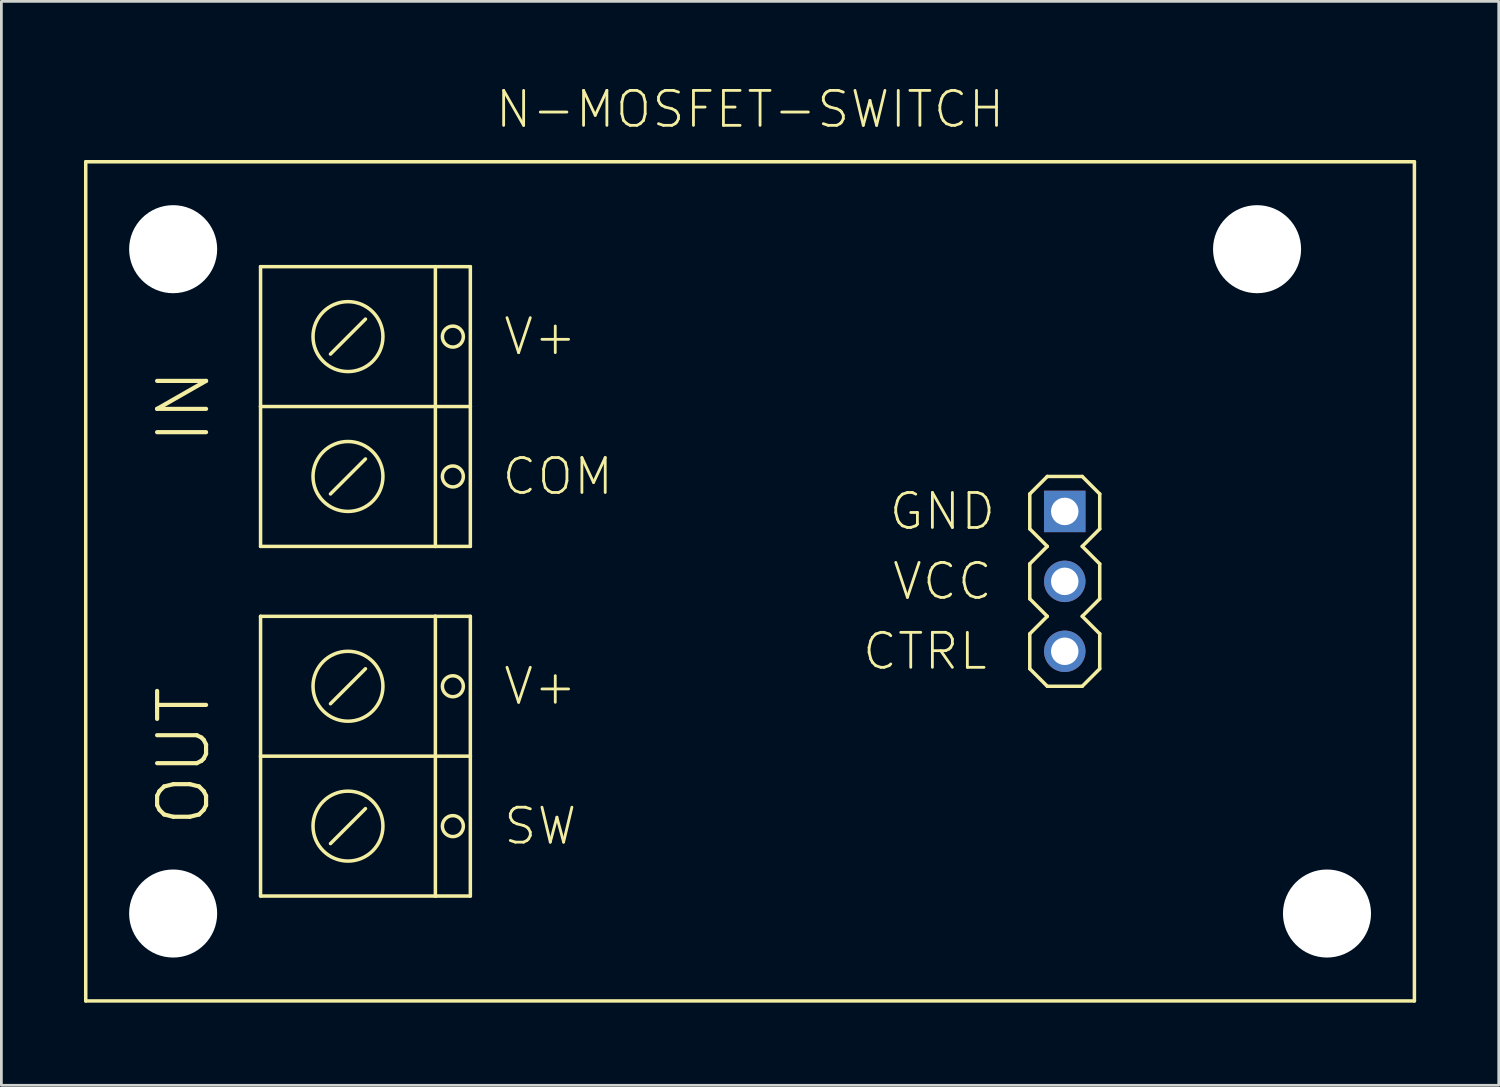
<source format=kicad_pcb>
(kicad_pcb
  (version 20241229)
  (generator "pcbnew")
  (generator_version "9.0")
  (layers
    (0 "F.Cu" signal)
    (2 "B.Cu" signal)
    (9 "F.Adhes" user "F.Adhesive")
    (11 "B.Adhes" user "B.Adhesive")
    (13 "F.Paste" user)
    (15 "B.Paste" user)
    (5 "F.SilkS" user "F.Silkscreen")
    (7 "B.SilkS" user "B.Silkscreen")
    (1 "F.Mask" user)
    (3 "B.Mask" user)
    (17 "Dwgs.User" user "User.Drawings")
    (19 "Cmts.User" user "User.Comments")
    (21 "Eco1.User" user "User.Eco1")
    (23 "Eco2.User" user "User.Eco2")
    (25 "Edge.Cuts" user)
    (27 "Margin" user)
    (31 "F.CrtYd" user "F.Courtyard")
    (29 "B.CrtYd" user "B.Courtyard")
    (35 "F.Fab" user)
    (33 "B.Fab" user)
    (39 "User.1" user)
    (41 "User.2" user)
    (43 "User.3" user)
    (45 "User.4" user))
  (footprint "N-MOSFET-SWITCH"
    (layer "F.Cu")
    (at 24.194 18.066)
    (property "Reference" "N-MOSFET-SWITCH" (at 0 -17.145 0) (layer "F.SilkS") (effects (font (size 1.27 1.27) (thickness 0.102))))
    (attr exclude_from_pos_files exclude_from_bom)
    (fp_line (start -24.13 -15.24) (end 24.13 -15.24) (stroke (width 0.127) (type solid)) (layer "F.SilkS"))
    (fp_line (start -24.13 15.24) (end -24.13 -15.24) (stroke (width 0.127) (type solid)) (layer "F.SilkS"))
    (fp_line (start -17.78 -11.43) (end -11.43 -11.43) (stroke (width 0.127) (type solid)) (layer "F.SilkS"))
    (fp_line (start -17.78 -6.35) (end -17.78 -11.43) (stroke (width 0.127) (type solid)) (layer "F.SilkS"))
    (fp_line (start -17.78 -1.27) (end -17.78 -6.35) (stroke (width 0.127) (type solid)) (layer "F.SilkS"))
    (fp_line (start -17.78 1.27) (end -17.78 6.35) (stroke (width 0.127) (type solid)) (layer "F.SilkS"))
    (fp_line (start -17.78 1.27) (end -11.43 1.27) (stroke (width 0.127) (type solid)) (layer "F.SilkS"))
    (fp_line (start -17.78 6.35) (end -17.78 11.43) (stroke (width 0.127) (type solid)) (layer "F.SilkS"))
    (fp_line (start -17.78 6.35) (end -10.16 6.35) (stroke (width 0.127) (type solid)) (layer "F.SilkS"))
    (fp_line (start -17.78 11.43) (end -11.43 11.43) (stroke (width 0.127) (type solid)) (layer "F.SilkS"))
    (fp_line (start -13.97 -9.525) (end -15.24 -8.255) (stroke (width 0.127) (type solid)) (layer "F.SilkS"))
    (fp_line (start -13.97 -4.445) (end -15.24 -3.175) (stroke (width 0.127) (type solid)) (layer "F.SilkS"))
    (fp_line (start -13.97 3.175) (end -15.24 4.445) (stroke (width 0.127) (type solid)) (layer "F.SilkS"))
    (fp_line (start -13.97 8.255) (end -15.24 9.525) (stroke (width 0.127) (type solid)) (layer "F.SilkS"))
    (fp_line (start -11.43 -11.43) (end -11.43 -1.27) (stroke (width 0.127) (type solid)) (layer "F.SilkS"))
    (fp_line (start -11.43 -11.43) (end -10.16 -11.43) (stroke (width 0.127) (type solid)) (layer "F.SilkS"))
    (fp_line (start -11.43 -1.27) (end -17.78 -1.27) (stroke (width 0.127) (type solid)) (layer "F.SilkS"))
    (fp_line (start -11.43 1.27) (end -11.43 11.43) (stroke (width 0.127) (type solid)) (layer "F.SilkS"))
    (fp_line (start -11.43 1.27) (end -10.16 1.27) (stroke (width 0.127) (type solid)) (layer "F.SilkS"))
    (fp_line (start -11.43 11.43) (end -10.16 11.43) (stroke (width 0.127) (type solid)) (layer "F.SilkS"))
    (fp_line (start -10.16 -11.43) (end -10.16 -6.35) (stroke (width 0.127) (type solid)) (layer "F.SilkS"))
    (fp_line (start -10.16 -6.35) (end -17.78 -6.35) (stroke (width 0.127) (type solid)) (layer "F.SilkS"))
    (fp_line (start -10.16 -6.35) (end -10.16 -1.27) (stroke (width 0.127) (type solid)) (layer "F.SilkS"))
    (fp_line (start -10.16 -1.27) (end -11.43 -1.27) (stroke (width 0.127) (type solid)) (layer "F.SilkS"))
    (fp_line (start -10.16 6.35) (end -10.16 1.27) (stroke (width 0.127) (type solid)) (layer "F.SilkS"))
    (fp_line (start -10.16 11.43) (end -10.16 6.35) (stroke (width 0.127) (type solid)) (layer "F.SilkS"))
    (fp_line (start 10.16 -3.175) (end 10.795 -3.81) (stroke (width 0.127) (type solid)) (layer "F.SilkS"))
    (fp_line (start 10.16 -1.905) (end 10.16 -3.175) (stroke (width 0.127) (type solid)) (layer "F.SilkS"))
    (fp_line (start 10.16 -0.635) (end 10.795 -1.27) (stroke (width 0.127) (type solid)) (layer "F.SilkS"))
    (fp_line (start 10.16 0.635) (end 10.16 -0.635) (stroke (width 0.127) (type solid)) (layer "F.SilkS"))
    (fp_line (start 10.16 1.905) (end 10.795 1.27) (stroke (width 0.127) (type solid)) (layer "F.SilkS"))
    (fp_line (start 10.16 3.175) (end 10.16 1.905) (stroke (width 0.127) (type solid)) (layer "F.SilkS"))
    (fp_line (start 10.795 -3.81) (end 12.065 -3.81) (stroke (width 0.127) (type solid)) (layer "F.SilkS"))
    (fp_line (start 10.795 -1.27) (end 10.16 -1.905) (stroke (width 0.127) (type solid)) (layer "F.SilkS"))
    (fp_line (start 10.795 1.27) (end 10.16 0.635) (stroke (width 0.127) (type solid)) (layer "F.SilkS"))
    (fp_line (start 10.795 3.81) (end 10.16 3.175) (stroke (width 0.127) (type solid)) (layer "F.SilkS"))
    (fp_line (start 10.795 3.81) (end 12.065 3.81) (stroke (width 0.127) (type solid)) (layer "F.SilkS"))
    (fp_line (start 12.065 -3.81) (end 12.7 -3.175) (stroke (width 0.127) (type solid)) (layer "F.SilkS"))
    (fp_line (start 12.065 -1.27) (end 12.7 -0.635) (stroke (width 0.127) (type solid)) (layer "F.SilkS"))
    (fp_line (start 12.065 1.27) (end 12.7 1.905) (stroke (width 0.127) (type solid)) (layer "F.SilkS"))
    (fp_line (start 12.7 -3.175) (end 12.7 -1.905) (stroke (width 0.127) (type solid)) (layer "F.SilkS"))
    (fp_line (start 12.7 -1.905) (end 12.065 -1.27) (stroke (width 0.127) (type solid)) (layer "F.SilkS"))
    (fp_line (start 12.7 -0.635) (end 12.7 0.635) (stroke (width 0.127) (type solid)) (layer "F.SilkS"))
    (fp_line (start 12.7 0.635) (end 12.065 1.27) (stroke (width 0.127) (type solid)) (layer "F.SilkS"))
    (fp_line (start 12.7 1.905) (end 12.7 3.175) (stroke (width 0.127) (type solid)) (layer "F.SilkS"))
    (fp_line (start 12.7 3.175) (end 12.065 3.81) (stroke (width 0.127) (type solid)) (layer "F.SilkS"))
    (fp_line (start 24.13 -15.24) (end 24.13 15.24) (stroke (width 0.127) (type solid)) (layer "F.SilkS"))
    (fp_line (start 24.13 15.24) (end -24.13 15.24) (stroke (width 0.127) (type solid)) (layer "F.SilkS"))
    (fp_circle (center -14.605 -8.89) (end -14.605 -10.16) (stroke (width 0.127) (type solid)) (fill no) (layer "F.SilkS"))
    (fp_circle (center -14.605 -3.81) (end -14.605 -5.08) (stroke (width 0.127) (type solid)) (fill no) (layer "F.SilkS"))
    (fp_circle (center -14.605 3.81) (end -14.605 2.54) (stroke (width 0.127) (type solid)) (fill no) (layer "F.SilkS"))
    (fp_circle (center -14.605 8.89) (end -14.605 7.62) (stroke (width 0.127) (type solid)) (fill no) (layer "F.SilkS"))
    (fp_circle (center -10.795 -8.89) (end -10.795 -9.271) (stroke (width 0.127) (type solid)) (fill no) (layer "F.SilkS"))
    (fp_circle (center -10.795 -3.81) (end -10.795 -4.191) (stroke (width 0.127) (type solid)) (fill no) (layer "F.SilkS"))
    (fp_circle (center -10.795 3.81) (end -10.795 3.429) (stroke (width 0.127) (type solid)) (fill no) (layer "F.SilkS"))
    (fp_circle (center -10.795 8.89) (end -10.795 8.509) (stroke (width 0.127) (type solid)) (fill no) (layer "F.SilkS"))
    (fp_text user "OUT" (at -20.574 6.35 90) (layer "F.SilkS") (effects (font (size 1.778 1.778) (thickness 0.152))))
    (fp_text user "CTRL" (at 6.35 2.54 0) (layer "F.SilkS") (effects (font (size 1.27 1.27) (thickness 0.102))))
    (fp_text user "V+" (at -7.62 -8.89 0) (layer "F.SilkS") (effects (font (size 1.27 1.27) (thickness 0.102))))
    (fp_text user "SW" (at -7.62 8.89 0) (layer "F.SilkS") (effects (font (size 1.27 1.27) (thickness 0.102))))
    (fp_text user "V+" (at -7.62 3.81 0) (layer "F.SilkS") (effects (font (size 1.27 1.27) (thickness 0.102))))
    (fp_text user "GND" (at 6.985 -2.54 0) (layer "F.SilkS") (effects (font (size 1.27 1.27) (thickness 0.102))))
    (fp_text user "COM" (at -6.985 -3.81 0) (layer "F.SilkS") (effects (font (size 1.27 1.27) (thickness 0.102))))
    (fp_text user "IN" (at -20.574 -6.35 90) (layer "F.SilkS") (effects (font (size 1.778 1.778) (thickness 0.152))))
    (fp_text user "VCC" (at 6.985 0 0) (layer "F.SilkS") (effects (font (size 1.27 1.27) (thickness 0.102))))
    (pad "" np_thru_hole circle (at -20.955 -12.065) (size 3.198 3.198) (drill 3.198) (layers "*.Cu" "*.Mask"))
    (pad "" np_thru_hole circle (at -20.955 12.065) (size 3.198 3.198) (drill 3.198) (layers "*.Cu" "*.Mask"))
    (pad "" np_thru_hole circle (at 18.415 -12.065) (size 3.198 3.198) (drill 3.198) (layers "*.Cu" "*.Mask"))
    (pad "" np_thru_hole circle (at 20.955 12.065) (size 3.198 3.198) (drill 3.198) (layers "*.Cu" "*.Mask"))
    (pad "J1.1" thru_hole rect (at 11.43 -2.54) (size 1.506 1.506) (drill 0.998) (layers "*.Cu" "*.Paste" "*.Mask"))
    (pad "J1.2" thru_hole circle (at 11.43 0) (size 1.506 1.506) (drill 0.998) (layers "*.Cu" "*.Paste" "*.Mask"))
    (pad "J1.3" thru_hole circle (at 11.43 2.54) (size 1.506 1.506) (drill 0.998) (layers "*.Cu" "*.Paste" "*.Mask")))
  (gr_rect
    (start -3 -3)
    (end 51.387 36.37)
    (stroke (width 0.1) (type default))
    (fill no)
    (layer "Edge.Cuts")))
</source>
